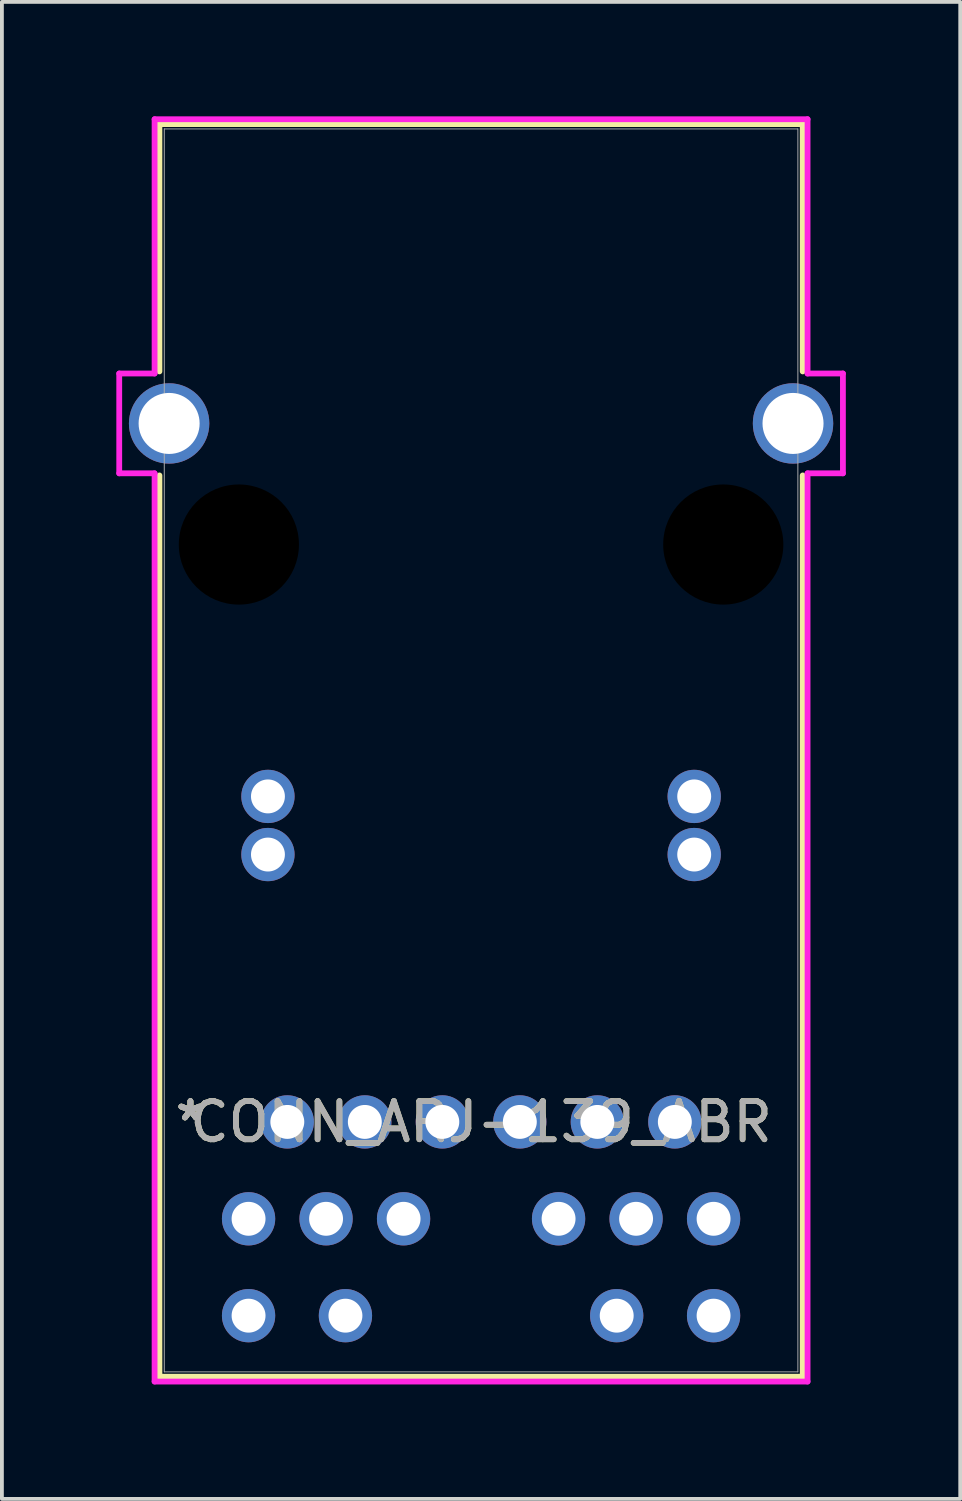
<source format=kicad_pcb>
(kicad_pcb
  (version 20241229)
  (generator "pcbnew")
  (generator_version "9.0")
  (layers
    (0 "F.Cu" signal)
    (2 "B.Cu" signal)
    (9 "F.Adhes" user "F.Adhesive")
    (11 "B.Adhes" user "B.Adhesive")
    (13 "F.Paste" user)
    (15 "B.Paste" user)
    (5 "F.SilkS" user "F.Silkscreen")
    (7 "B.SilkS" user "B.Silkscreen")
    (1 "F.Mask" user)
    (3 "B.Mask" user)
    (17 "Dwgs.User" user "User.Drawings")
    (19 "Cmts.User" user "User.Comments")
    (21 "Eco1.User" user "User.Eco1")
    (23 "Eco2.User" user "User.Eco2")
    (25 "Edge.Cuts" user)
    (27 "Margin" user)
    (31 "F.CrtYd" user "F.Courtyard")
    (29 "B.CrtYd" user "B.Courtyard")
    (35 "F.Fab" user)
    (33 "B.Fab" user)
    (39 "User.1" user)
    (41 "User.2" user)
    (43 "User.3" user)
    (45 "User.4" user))
  (footprint "CONN_ARJ-139_ABR"
    (layer "F.Cu")
    (at 4.483 26.365)
    (property "Reference" "CONN_ARJ-139_ABR" (at 5.08 0 0) (unlocked yes) (layer "F.SilkS") (effects (font (size 1 1) (thickness 0.15))))
    (attr through_hole)
    (fp_line (start -3.353 -26.162) (end -3.353 -19.677) (stroke (width 0.152) (type solid)) (layer "F.SilkS"))
    (fp_line (start -3.353 -16.95) (end -3.353 6.68) (stroke (width 0.152) (type solid)) (layer "F.SilkS"))
    (fp_line (start -3.353 6.68) (end 13.513 6.68) (stroke (width 0.152) (type solid)) (layer "F.SilkS"))
    (fp_line (start 13.513 -26.162) (end -3.353 -26.162) (stroke (width 0.152) (type solid)) (layer "F.SilkS"))
    (fp_line (start 13.513 -19.677) (end 13.513 -26.162) (stroke (width 0.152) (type solid)) (layer "F.SilkS"))
    (fp_line (start 13.513 6.68) (end 13.513 -16.95) (stroke (width 0.152) (type solid)) (layer "F.SilkS"))
    (fp_line (start -4.407 -19.622) (end -4.407 -17.005) (stroke (width 0.152) (type solid)) (layer "F.CrtYd"))
    (fp_line (start -4.407 -17.005) (end -3.48 -17.005) (stroke (width 0.152) (type solid)) (layer "F.CrtYd"))
    (fp_line (start -3.48 -26.289) (end -3.48 -19.622) (stroke (width 0.152) (type solid)) (layer "F.CrtYd"))
    (fp_line (start -3.48 -19.622) (end -4.407 -19.622) (stroke (width 0.152) (type solid)) (layer "F.CrtYd"))
    (fp_line (start -3.48 -17.005) (end -3.48 6.807) (stroke (width 0.152) (type solid)) (layer "F.CrtYd"))
    (fp_line (start -3.48 6.807) (end 13.64 6.807) (stroke (width 0.152) (type solid)) (layer "F.CrtYd"))
    (fp_line (start 13.64 -26.289) (end -3.48 -26.289) (stroke (width 0.152) (type solid)) (layer "F.CrtYd"))
    (fp_line (start 13.64 -19.622) (end 13.64 -26.289) (stroke (width 0.152) (type solid)) (layer "F.CrtYd"))
    (fp_line (start 13.64 -17.005) (end 14.567 -17.005) (stroke (width 0.152) (type solid)) (layer "F.CrtYd"))
    (fp_line (start 13.64 6.807) (end 13.64 -17.005) (stroke (width 0.152) (type solid)) (layer "F.CrtYd"))
    (fp_line (start 14.567 -19.622) (end 13.64 -19.622) (stroke (width 0.152) (type solid)) (layer "F.CrtYd"))
    (fp_line (start 14.567 -17.005) (end 14.567 -19.622) (stroke (width 0.152) (type solid)) (layer "F.CrtYd"))
    (fp_line (start -3.226 -26.035) (end -3.226 6.553) (stroke (width 0.025) (type solid)) (layer "F.Fab"))
    (fp_line (start -3.226 6.553) (end 13.386 6.553) (stroke (width 0.025) (type solid)) (layer "F.Fab"))
    (fp_line (start 13.386 -26.035) (end -3.226 -26.035) (stroke (width 0.025) (type solid)) (layer "F.Fab"))
    (fp_line (start 13.386 6.553) (end 13.386 -26.035) (stroke (width 0.025) (type solid)) (layer "F.Fab"))
    (fp_text user "*" (at -2.54 0 0) (layer "F.SilkS") (effects (font (size 1 1) (thickness 0.15))))
    (fp_text user "*" (at -2.54 0 0) (unlocked yes) (layer "F.SilkS") (effects (font (size 1 1) (thickness 0.15))))
    (fp_text user "${REFERENCE}" (at 5.08 0 0) (unlocked yes) (layer "F.Fab") (effects (font (size 1 1) (thickness 0.15))))
    (fp_text user "*" (at -2.54 0 0) (layer "F.Fab") (effects (font (size 1 1) (thickness 0.15))))
    (fp_text user "*" (at -2.54 0 0) (unlocked yes) (layer "F.Fab") (effects (font (size 1 1) (thickness 0.15))))
    (pad "" np_thru_hole circle (at -1.27 -15.138) (size 3.15 3.15) (drill 3.15) (layers))
    (pad "" np_thru_hole circle (at 11.43 -15.138) (size 3.15 3.15) (drill 3.15) (layers))
    (pad "1" thru_hole circle (at 0 0) (size 1.397 1.397) (drill 0.889) (layers "*.Cu" "*.Mask"))
    (pad "2" thru_hole circle (at 2.032 0) (size 1.397 1.397) (drill 0.889) (layers "*.Cu" "*.Mask"))
    (pad "3" thru_hole circle (at 4.064 0) (size 1.397 1.397) (drill 0.889) (layers "*.Cu" "*.Mask"))
    (pad "4" thru_hole circle (at 6.096 0) (size 1.397 1.397) (drill 0.889) (layers "*.Cu" "*.Mask"))
    (pad "5" thru_hole circle (at 8.128 0) (size 1.397 1.397) (drill 0.889) (layers "*.Cu" "*.Mask"))
    (pad "6" thru_hole circle (at 10.16 0) (size 1.397 1.397) (drill 0.889) (layers "*.Cu" "*.Mask"))
    (pad "7" thru_hole circle (at -1.016 2.54) (size 1.397 1.397) (drill 0.889) (layers "*.Cu" "*.Mask"))
    (pad "8" thru_hole circle (at 1.016 2.54) (size 1.397 1.397) (drill 0.889) (layers "*.Cu" "*.Mask"))
    (pad "9" thru_hole circle (at 3.048 2.54) (size 1.397 1.397) (drill 0.889) (layers "*.Cu" "*.Mask"))
    (pad "10" thru_hole circle (at 7.112 2.54) (size 1.397 1.397) (drill 0.889) (layers "*.Cu" "*.Mask"))
    (pad "11" thru_hole circle (at 9.144 2.54) (size 1.397 1.397) (drill 0.889) (layers "*.Cu" "*.Mask"))
    (pad "12" thru_hole circle (at 11.176 2.54) (size 1.397 1.397) (drill 0.889) (layers "*.Cu" "*.Mask"))
    (pad "13" thru_hole circle (at -0.508 -7.01) (size 1.397 1.397) (drill 0.889) (layers "*.Cu" "*.Mask"))
    (pad "14" thru_hole circle (at 10.668 -7.01) (size 1.397 1.397) (drill 0.889) (layers "*.Cu" "*.Mask"))
    (pad "15" thru_hole circle (at -0.508 -8.534) (size 1.397 1.397) (drill 0.889) (layers "*.Cu" "*.Mask"))
    (pad "16" thru_hole circle (at 10.668 -8.534) (size 1.397 1.397) (drill 0.889) (layers "*.Cu" "*.Mask"))
    (pad "17" thru_hole circle (at -1.016 5.08) (size 1.397 1.397) (drill 0.889) (layers "*.Cu" "*.Mask"))
    (pad "18" thru_hole circle (at 1.524 5.08) (size 1.397 1.397) (drill 0.889) (layers "*.Cu" "*.Mask"))
    (pad "19" thru_hole circle (at 8.636 5.08) (size 1.397 1.397) (drill 0.889) (layers "*.Cu" "*.Mask"))
    (pad "20" thru_hole circle (at 11.176 5.08) (size 1.397 1.397) (drill 0.889) (layers "*.Cu" "*.Mask"))
    (pad "21" thru_hole circle (at -3.099 -18.313) (size 2.108 2.108) (drill 1.6) (layers "*.Cu" "*.Mask"))
    (pad "22" thru_hole circle (at 13.259 -18.313) (size 2.108 2.108) (drill 1.6) (layers "*.Cu" "*.Mask")))
  (gr_rect
    (start -3 -3)
    (end 22.126 36.249)
    (stroke (width 0.1) (type default))
    (fill no)
    (layer "Edge.Cuts")))
</source>
